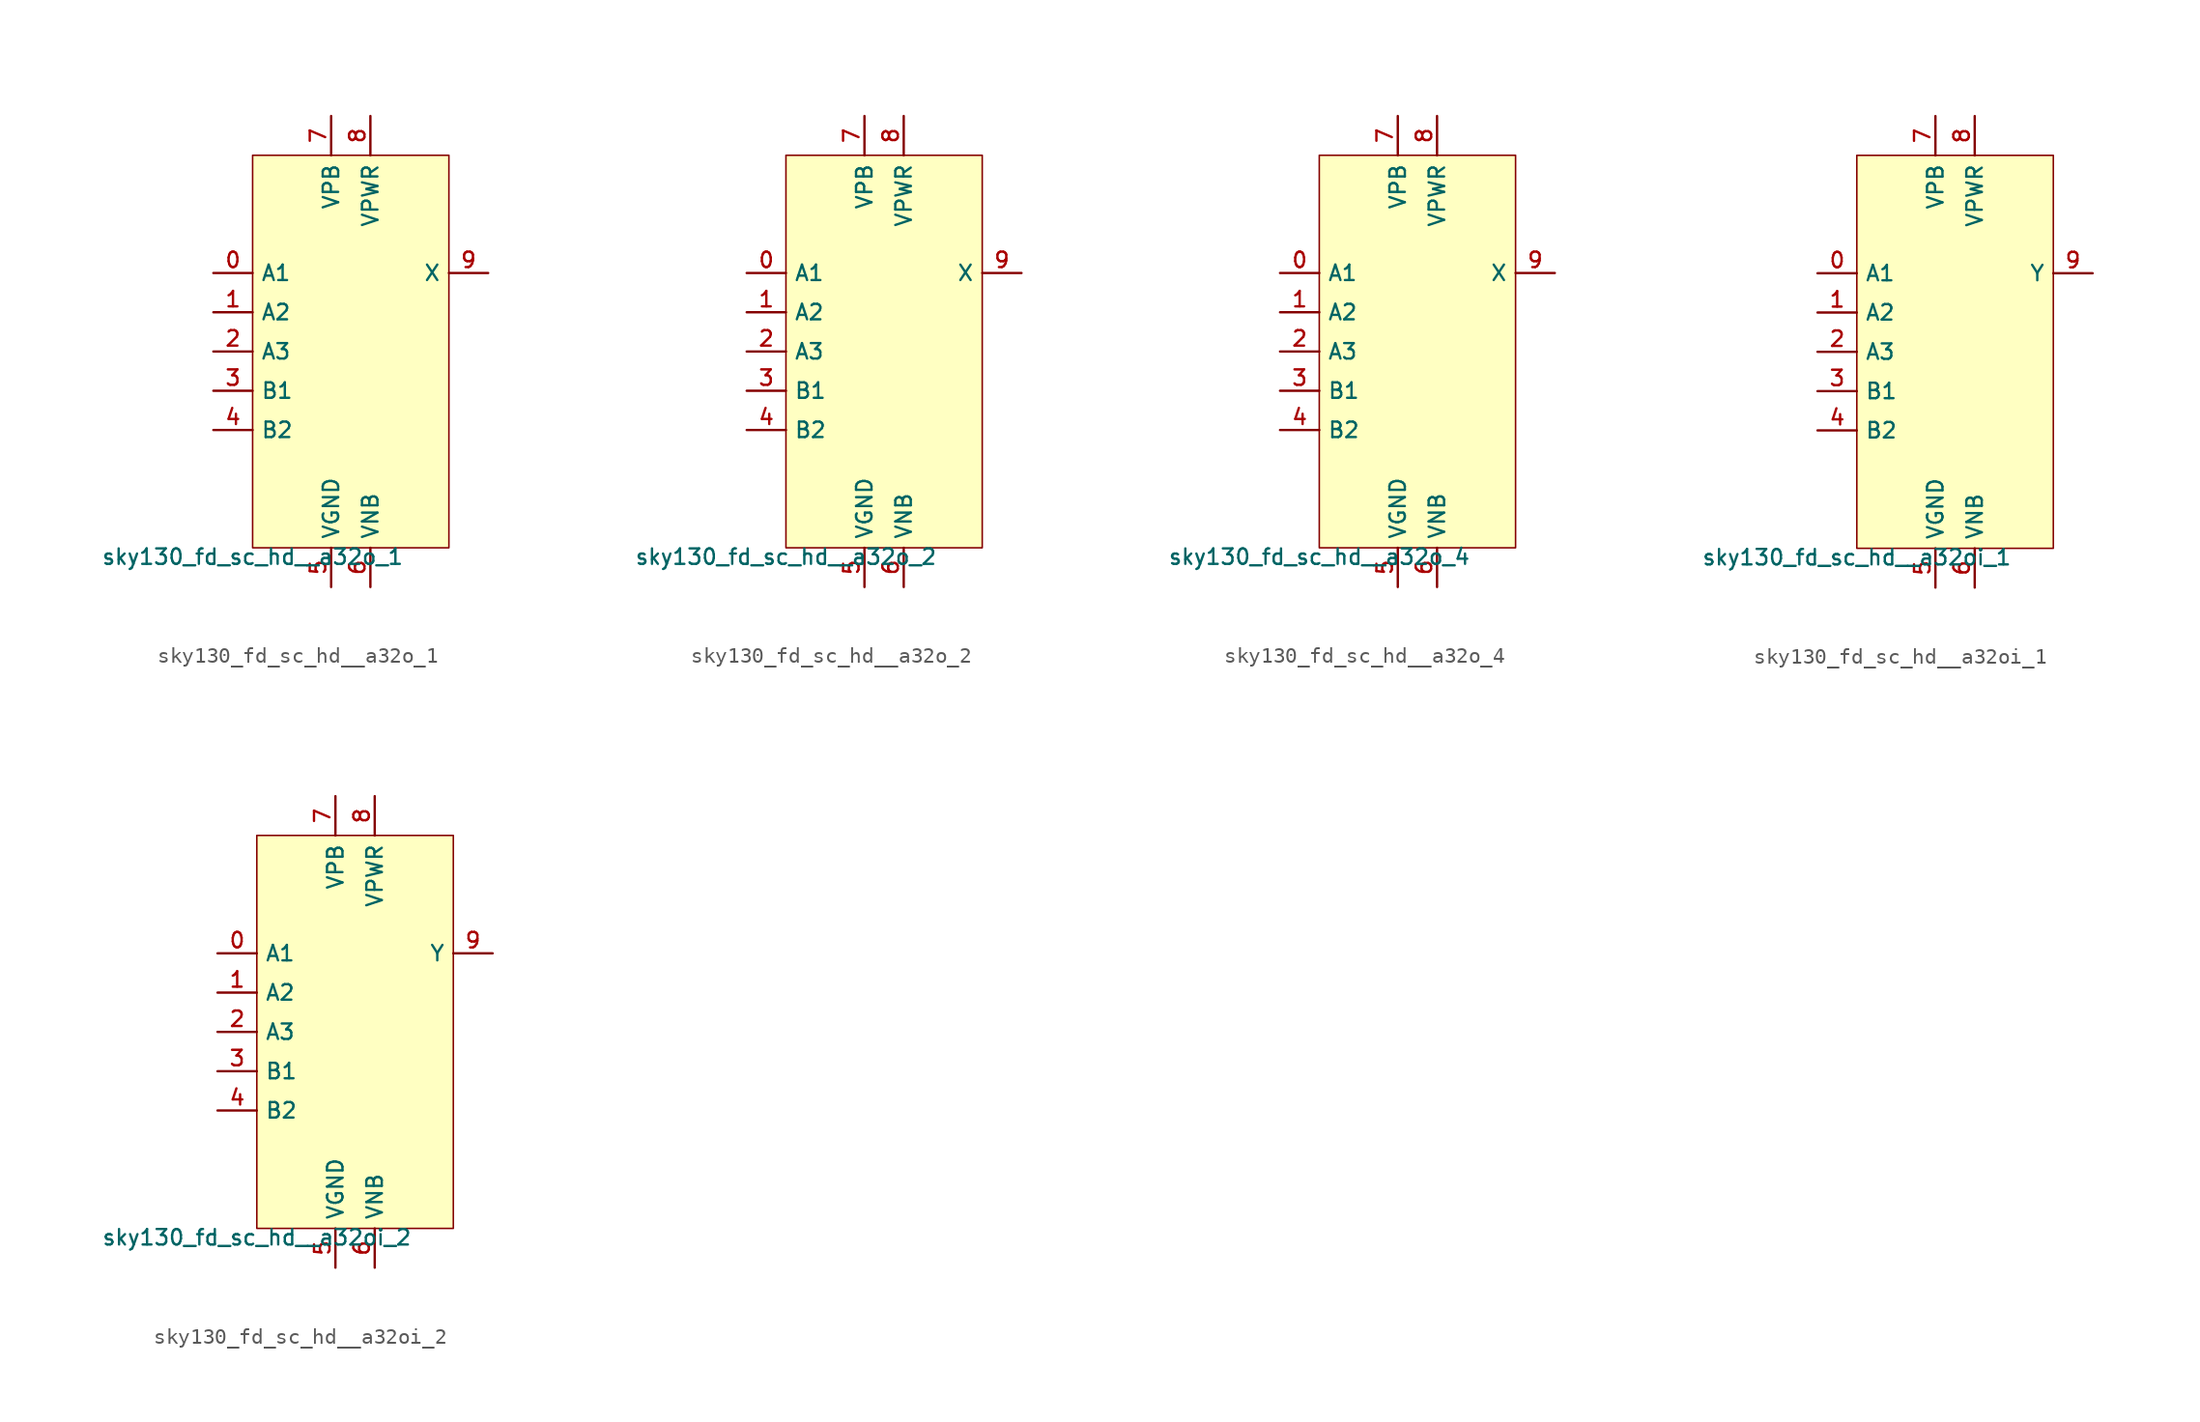
<source format=kicad_sym>
(kicad_symbol_lib
  (version 20211014)
  (generator lef2kicad_sym)
  (symbol "sky130_fd_sc_hd__a32o_1"
    (property "Reference" "X"
      (at 0 0 0)
      (effects (font (size 1 1)) hide))
    (property "Value" "sky130_fd_sc_hd__a32o_1"
      (at -6.35 -12.7 0)
      (effects (font (size 1 1)) (justify top)))
    (rectangle
      (start -6.35 -12.7)
      (end 6.35 12.7)
      (stroke (width 0.1) (type solid) (color 0 0 0 0))
      (fill (type background)))
    (pin input line
      (at -8.89 5.08 0)
      (length 2.54)
      (name "A1" (effects (font (size 1 1)) hide))
      (number "0" (effects (font (size 1 1)) hide)))
    (pin input line
      (at -8.89 2.54 0)
      (length 2.54)
      (name "A2" (effects (font (size 1 1)) hide))
      (number "1" (effects (font (size 1 1)) hide)))
    (pin input line
      (at -8.89 -8.881784197001252e-16 0)
      (length 2.54)
      (name "A3" (effects (font (size 1 1)) hide))
      (number "2" (effects (font (size 1 1)) hide)))
    (pin input line
      (at -8.89 -2.54 0)
      (length 2.54)
      (name "B1" (effects (font (size 1 1)) hide))
      (number "3" (effects (font (size 1 1)) hide)))
    (pin input line
      (at -8.89 -5.08 0)
      (length 2.54)
      (name "B2" (effects (font (size 1 1)) hide))
      (number "4" (effects (font (size 1 1)) hide)))
    (pin power_in line
      (at -1.27 -15.24 90)
      (length 2.54)
      (name "VGND" (effects (font (size 1 1)) hide))
      (number "5" (effects (font (size 1 1)) hide)))
    (pin power_in line
      (at 1.27 -15.24 90)
      (length 2.54)
      (name "VNB" (effects (font (size 1 1)) hide))
      (number "6" (effects (font (size 1 1)) hide)))
    (pin power_in line
      (at -1.27 15.24 270)
      (length 2.54)
      (name "VPB" (effects (font (size 1 1)) hide))
      (number "7" (effects (font (size 1 1)) hide)))
    (pin power_in line
      (at 1.27 15.24 270)
      (length 2.54)
      (name "VPWR" (effects (font (size 1 1)) hide))
      (number "8" (effects (font (size 1 1)) hide)))
    (pin output line
      (at 8.89 5.08 180)
      (length 2.54)
      (name "X" (effects (font (size 1 1)) hide))
      (number "9" (effects (font (size 1 1)) hide))))
  (symbol "sky130_fd_sc_hd__a32o_2"
    (property "Reference" "X"
      (at 0 0 0)
      (effects (font (size 1 1)) hide))
    (property "Value" "sky130_fd_sc_hd__a32o_2"
      (at -6.35 -12.7 0)
      (effects (font (size 1 1)) (justify top)))
    (rectangle
      (start -6.35 -12.7)
      (end 6.35 12.7)
      (stroke (width 0.1) (type solid) (color 0 0 0 0))
      (fill (type background)))
    (pin input line
      (at -8.89 5.08 0)
      (length 2.54)
      (name "A1" (effects (font (size 1 1)) hide))
      (number "0" (effects (font (size 1 1)) hide)))
    (pin input line
      (at -8.89 2.54 0)
      (length 2.54)
      (name "A2" (effects (font (size 1 1)) hide))
      (number "1" (effects (font (size 1 1)) hide)))
    (pin input line
      (at -8.89 -8.881784197001252e-16 0)
      (length 2.54)
      (name "A3" (effects (font (size 1 1)) hide))
      (number "2" (effects (font (size 1 1)) hide)))
    (pin input line
      (at -8.89 -2.54 0)
      (length 2.54)
      (name "B1" (effects (font (size 1 1)) hide))
      (number "3" (effects (font (size 1 1)) hide)))
    (pin input line
      (at -8.89 -5.08 0)
      (length 2.54)
      (name "B2" (effects (font (size 1 1)) hide))
      (number "4" (effects (font (size 1 1)) hide)))
    (pin power_in line
      (at -1.27 -15.24 90)
      (length 2.54)
      (name "VGND" (effects (font (size 1 1)) hide))
      (number "5" (effects (font (size 1 1)) hide)))
    (pin power_in line
      (at 1.27 -15.24 90)
      (length 2.54)
      (name "VNB" (effects (font (size 1 1)) hide))
      (number "6" (effects (font (size 1 1)) hide)))
    (pin power_in line
      (at -1.27 15.24 270)
      (length 2.54)
      (name "VPB" (effects (font (size 1 1)) hide))
      (number "7" (effects (font (size 1 1)) hide)))
    (pin power_in line
      (at 1.27 15.24 270)
      (length 2.54)
      (name "VPWR" (effects (font (size 1 1)) hide))
      (number "8" (effects (font (size 1 1)) hide)))
    (pin output line
      (at 8.89 5.08 180)
      (length 2.54)
      (name "X" (effects (font (size 1 1)) hide))
      (number "9" (effects (font (size 1 1)) hide))))
  (symbol "sky130_fd_sc_hd__a32o_4"
    (property "Reference" "X"
      (at 0 0 0)
      (effects (font (size 1 1)) hide))
    (property "Value" "sky130_fd_sc_hd__a32o_4"
      (at -6.35 -12.7 0)
      (effects (font (size 1 1)) (justify top)))
    (rectangle
      (start -6.35 -12.7)
      (end 6.35 12.7)
      (stroke (width 0.1) (type solid) (color 0 0 0 0))
      (fill (type background)))
    (pin input line
      (at -8.89 5.08 0)
      (length 2.54)
      (name "A1" (effects (font (size 1 1)) hide))
      (number "0" (effects (font (size 1 1)) hide)))
    (pin input line
      (at -8.89 2.54 0)
      (length 2.54)
      (name "A2" (effects (font (size 1 1)) hide))
      (number "1" (effects (font (size 1 1)) hide)))
    (pin input line
      (at -8.89 -8.881784197001252e-16 0)
      (length 2.54)
      (name "A3" (effects (font (size 1 1)) hide))
      (number "2" (effects (font (size 1 1)) hide)))
    (pin input line
      (at -8.89 -2.54 0)
      (length 2.54)
      (name "B1" (effects (font (size 1 1)) hide))
      (number "3" (effects (font (size 1 1)) hide)))
    (pin input line
      (at -8.89 -5.08 0)
      (length 2.54)
      (name "B2" (effects (font (size 1 1)) hide))
      (number "4" (effects (font (size 1 1)) hide)))
    (pin power_in line
      (at -1.27 -15.24 90)
      (length 2.54)
      (name "VGND" (effects (font (size 1 1)) hide))
      (number "5" (effects (font (size 1 1)) hide)))
    (pin power_in line
      (at 1.27 -15.24 90)
      (length 2.54)
      (name "VNB" (effects (font (size 1 1)) hide))
      (number "6" (effects (font (size 1 1)) hide)))
    (pin power_in line
      (at -1.27 15.24 270)
      (length 2.54)
      (name "VPB" (effects (font (size 1 1)) hide))
      (number "7" (effects (font (size 1 1)) hide)))
    (pin power_in line
      (at 1.27 15.24 270)
      (length 2.54)
      (name "VPWR" (effects (font (size 1 1)) hide))
      (number "8" (effects (font (size 1 1)) hide)))
    (pin output line
      (at 8.89 5.08 180)
      (length 2.54)
      (name "X" (effects (font (size 1 1)) hide))
      (number "9" (effects (font (size 1 1)) hide))))
  (symbol "sky130_fd_sc_hd__a32oi_1"
    (property "Reference" "X"
      (at 0 0 0)
      (effects (font (size 1 1)) hide))
    (property "Value" "sky130_fd_sc_hd__a32oi_1"
      (at -6.35 -12.7 0)
      (effects (font (size 1 1)) (justify top)))
    (rectangle
      (start -6.35 -12.7)
      (end 6.35 12.7)
      (stroke (width 0.1) (type solid) (color 0 0 0 0))
      (fill (type background)))
    (pin input line
      (at -8.89 5.08 0)
      (length 2.54)
      (name "A1" (effects (font (size 1 1)) hide))
      (number "0" (effects (font (size 1 1)) hide)))
    (pin input line
      (at -8.89 2.54 0)
      (length 2.54)
      (name "A2" (effects (font (size 1 1)) hide))
      (number "1" (effects (font (size 1 1)) hide)))
    (pin input line
      (at -8.89 -8.881784197001252e-16 0)
      (length 2.54)
      (name "A3" (effects (font (size 1 1)) hide))
      (number "2" (effects (font (size 1 1)) hide)))
    (pin input line
      (at -8.89 -2.54 0)
      (length 2.54)
      (name "B1" (effects (font (size 1 1)) hide))
      (number "3" (effects (font (size 1 1)) hide)))
    (pin input line
      (at -8.89 -5.08 0)
      (length 2.54)
      (name "B2" (effects (font (size 1 1)) hide))
      (number "4" (effects (font (size 1 1)) hide)))
    (pin power_in line
      (at -1.27 -15.24 90)
      (length 2.54)
      (name "VGND" (effects (font (size 1 1)) hide))
      (number "5" (effects (font (size 1 1)) hide)))
    (pin power_in line
      (at 1.27 -15.24 90)
      (length 2.54)
      (name "VNB" (effects (font (size 1 1)) hide))
      (number "6" (effects (font (size 1 1)) hide)))
    (pin power_in line
      (at -1.27 15.24 270)
      (length 2.54)
      (name "VPB" (effects (font (size 1 1)) hide))
      (number "7" (effects (font (size 1 1)) hide)))
    (pin power_in line
      (at 1.27 15.24 270)
      (length 2.54)
      (name "VPWR" (effects (font (size 1 1)) hide))
      (number "8" (effects (font (size 1 1)) hide)))
    (pin output line
      (at 8.89 5.08 180)
      (length 2.54)
      (name "Y" (effects (font (size 1 1)) hide))
      (number "9" (effects (font (size 1 1)) hide))))
  (symbol "sky130_fd_sc_hd__a32oi_2"
    (property "Reference" "X"
      (at 0 0 0)
      (effects (font (size 1 1)) hide))
    (property "Value" "sky130_fd_sc_hd__a32oi_2"
      (at -6.35 -12.7 0)
      (effects (font (size 1 1)) (justify top)))
    (rectangle
      (start -6.35 -12.7)
      (end 6.35 12.7)
      (stroke (width 0.1) (type solid) (color 0 0 0 0))
      (fill (type background)))
    (pin input line
      (at -8.89 5.08 0)
      (length 2.54)
      (name "A1" (effects (font (size 1 1)) hide))
      (number "0" (effects (font (size 1 1)) hide)))
    (pin input line
      (at -8.89 2.54 0)
      (length 2.54)
      (name "A2" (effects (font (size 1 1)) hide))
      (number "1" (effects (font (size 1 1)) hide)))
    (pin input line
      (at -8.89 -8.881784197001252e-16 0)
      (length 2.54)
      (name "A3" (effects (font (size 1 1)) hide))
      (number "2" (effects (font (size 1 1)) hide)))
    (pin input line
      (at -8.89 -2.54 0)
      (length 2.54)
      (name "B1" (effects (font (size 1 1)) hide))
      (number "3" (effects (font (size 1 1)) hide)))
    (pin input line
      (at -8.89 -5.08 0)
      (length 2.54)
      (name "B2" (effects (font (size 1 1)) hide))
      (number "4" (effects (font (size 1 1)) hide)))
    (pin power_in line
      (at -1.27 -15.24 90)
      (length 2.54)
      (name "VGND" (effects (font (size 1 1)) hide))
      (number "5" (effects (font (size 1 1)) hide)))
    (pin power_in line
      (at 1.27 -15.24 90)
      (length 2.54)
      (name "VNB" (effects (font (size 1 1)) hide))
      (number "6" (effects (font (size 1 1)) hide)))
    (pin power_in line
      (at -1.27 15.24 270)
      (length 2.54)
      (name "VPB" (effects (font (size 1 1)) hide))
      (number "7" (effects (font (size 1 1)) hide)))
    (pin power_in line
      (at 1.27 15.24 270)
      (length 2.54)
      (name "VPWR" (effects (font (size 1 1)) hide))
      (number "8" (effects (font (size 1 1)) hide)))
    (pin output line
      (at 8.89 5.08 180)
      (length 2.54)
      (name "Y" (effects (font (size 1 1)) hide))
      (number "9" (effects (font (size 1 1)) hide)))))
</source>
